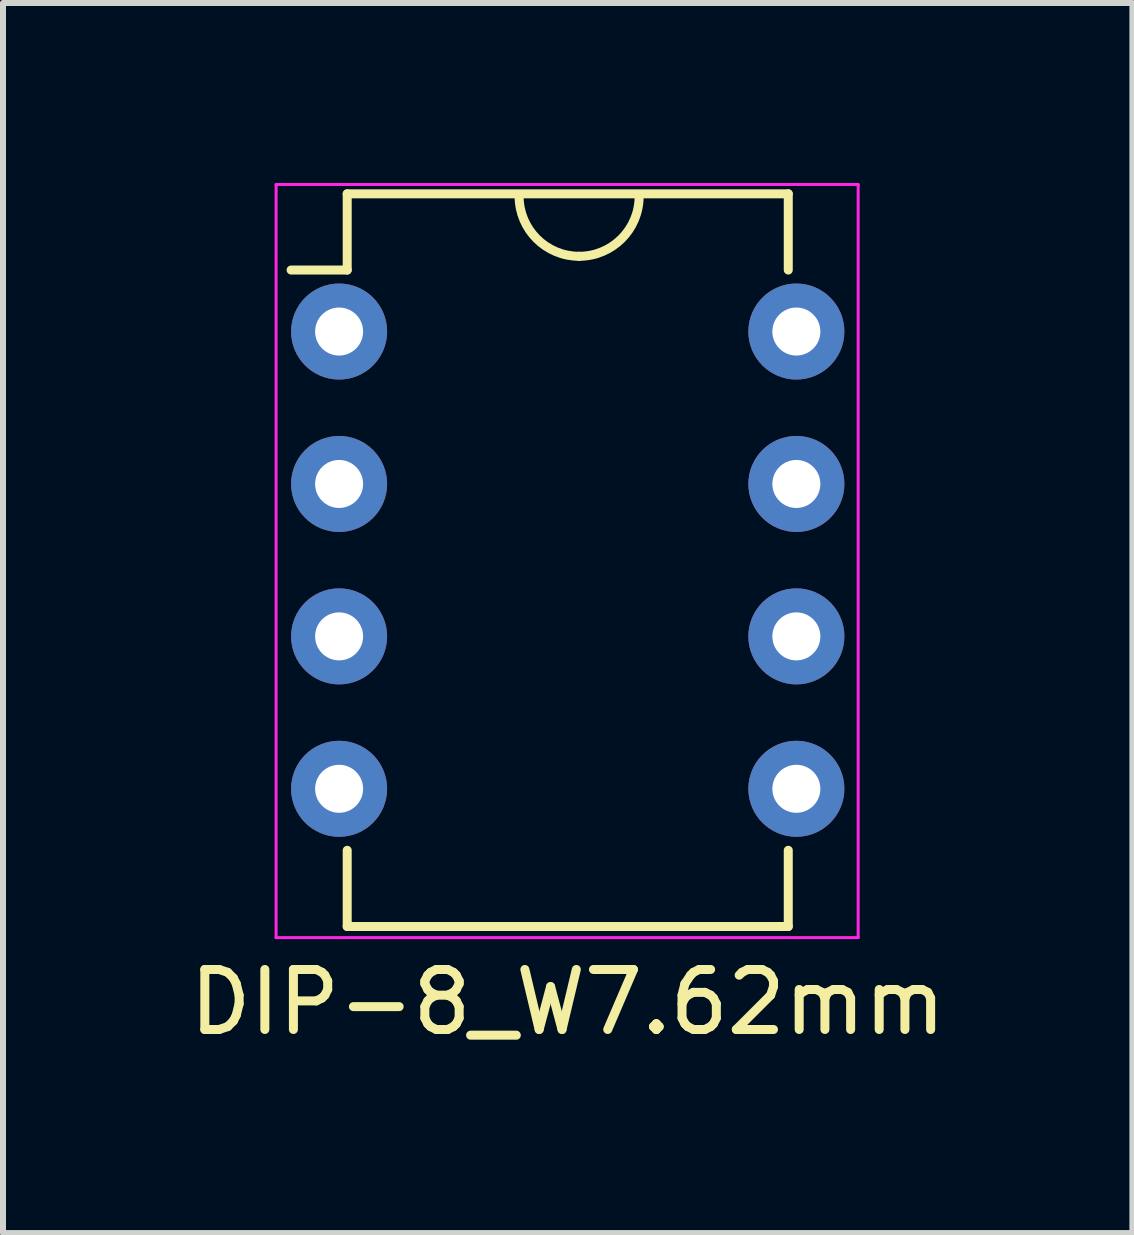
<source format=kicad_pcb>
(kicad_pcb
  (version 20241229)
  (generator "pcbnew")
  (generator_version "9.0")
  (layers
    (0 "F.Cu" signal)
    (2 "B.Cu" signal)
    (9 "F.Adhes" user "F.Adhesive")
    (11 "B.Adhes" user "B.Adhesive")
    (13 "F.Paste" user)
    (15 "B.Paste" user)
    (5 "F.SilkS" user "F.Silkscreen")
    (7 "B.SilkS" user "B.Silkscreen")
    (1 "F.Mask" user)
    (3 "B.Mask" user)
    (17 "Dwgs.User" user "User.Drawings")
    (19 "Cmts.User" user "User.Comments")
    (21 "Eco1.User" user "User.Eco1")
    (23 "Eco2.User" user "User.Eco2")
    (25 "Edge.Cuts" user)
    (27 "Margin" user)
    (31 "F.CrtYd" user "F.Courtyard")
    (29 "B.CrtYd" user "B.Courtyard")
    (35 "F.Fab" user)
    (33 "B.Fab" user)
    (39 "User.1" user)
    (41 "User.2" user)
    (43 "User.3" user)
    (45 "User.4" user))
  (footprint "DIP-8_W7.62mm"
    (layer "F.Cu")
    (at 2.601 2.475)
    (property "Reference" "DIP-8_W7.62mm" (at 3.81 11.176 0) (layer "F.SilkS") (effects (font (size 1 1) (thickness 0.15))))
    (attr through_hole)
    (fp_line (start 0.135 -2.295) (end 0.135 -1.025) (stroke (width 0.15) (type solid)) (layer "F.SilkS"))
    (fp_line (start 0.135 -2.295) (end 7.485 -2.295) (stroke (width 0.15) (type solid)) (layer "F.SilkS"))
    (fp_line (start 0.135 -1.025) (end -0.8 -1.025) (stroke (width 0.15) (type solid)) (layer "F.SilkS"))
    (fp_line (start 0.135 9.915) (end 0.135 8.645) (stroke (width 0.15) (type solid)) (layer "F.SilkS"))
    (fp_line (start 0.135 9.915) (end 7.485 9.915) (stroke (width 0.15) (type solid)) (layer "F.SilkS"))
    (fp_line (start 7.485 -2.295) (end 7.485 -1.025) (stroke (width 0.15) (type solid)) (layer "F.SilkS"))
    (fp_line (start 7.485 9.915) (end 7.485 8.645) (stroke (width 0.15) (type solid)) (layer "F.SilkS"))
    (fp_arc (start 4 -1.254) (mid 3.292893 -1.546893) (end 3 -2.254) (stroke (width 0.15) (type solid)) (layer "F.SilkS"))
    (fp_arc (start 5 -2.254) (mid 4.707107 -1.546893) (end 4 -1.254) (stroke (width 0.15) (type solid)) (layer "F.SilkS"))
    (fp_line (start -1.05 -2.45) (end -1.05 10.1) (stroke (width 0.05) (type solid)) (layer "F.CrtYd"))
    (fp_line (start -1.05 -2.45) (end 8.65 -2.45) (stroke (width 0.05) (type solid)) (layer "F.CrtYd"))
    (fp_line (start -1.05 10.1) (end 8.65 10.1) (stroke (width 0.05) (type solid)) (layer "F.CrtYd"))
    (fp_line (start 8.65 -2.45) (end 8.65 10.1) (stroke (width 0.05) (type solid)) (layer "F.CrtYd"))
    (pad "1" thru_hole oval (at 0 0) (size 1.6 1.6) (drill 0.8) (layers "*.Cu" "*.Mask"))
    (pad "2" thru_hole oval (at 0 2.54) (size 1.6 1.6) (drill 0.8) (layers "*.Cu" "*.Mask"))
    (pad "3" thru_hole oval (at 0 5.08) (size 1.6 1.6) (drill 0.8) (layers "*.Cu" "*.Mask"))
    (pad "4" thru_hole oval (at 0 7.62) (size 1.6 1.6) (drill 0.8) (layers "*.Cu" "*.Mask"))
    (pad "5" thru_hole oval (at 7.62 7.62) (size 1.6 1.6) (drill 0.8) (layers "*.Cu" "*.Mask"))
    (pad "6" thru_hole oval (at 7.62 5.08) (size 1.6 1.6) (drill 0.8) (layers "*.Cu" "*.Mask"))
    (pad "7" thru_hole oval (at 7.62 2.54) (size 1.6 1.6) (drill 0.8) (layers "*.Cu" "*.Mask"))
    (pad "8" thru_hole oval (at 7.62 0) (size 1.6 1.6) (drill 0.8) (layers "*.Cu" "*.Mask")))
  (gr_rect
    (start -3 -3)
    (end 15.821 17.499)
    (stroke (width 0.1) (type default))
    (fill no)
    (layer "Edge.Cuts")))
</source>
